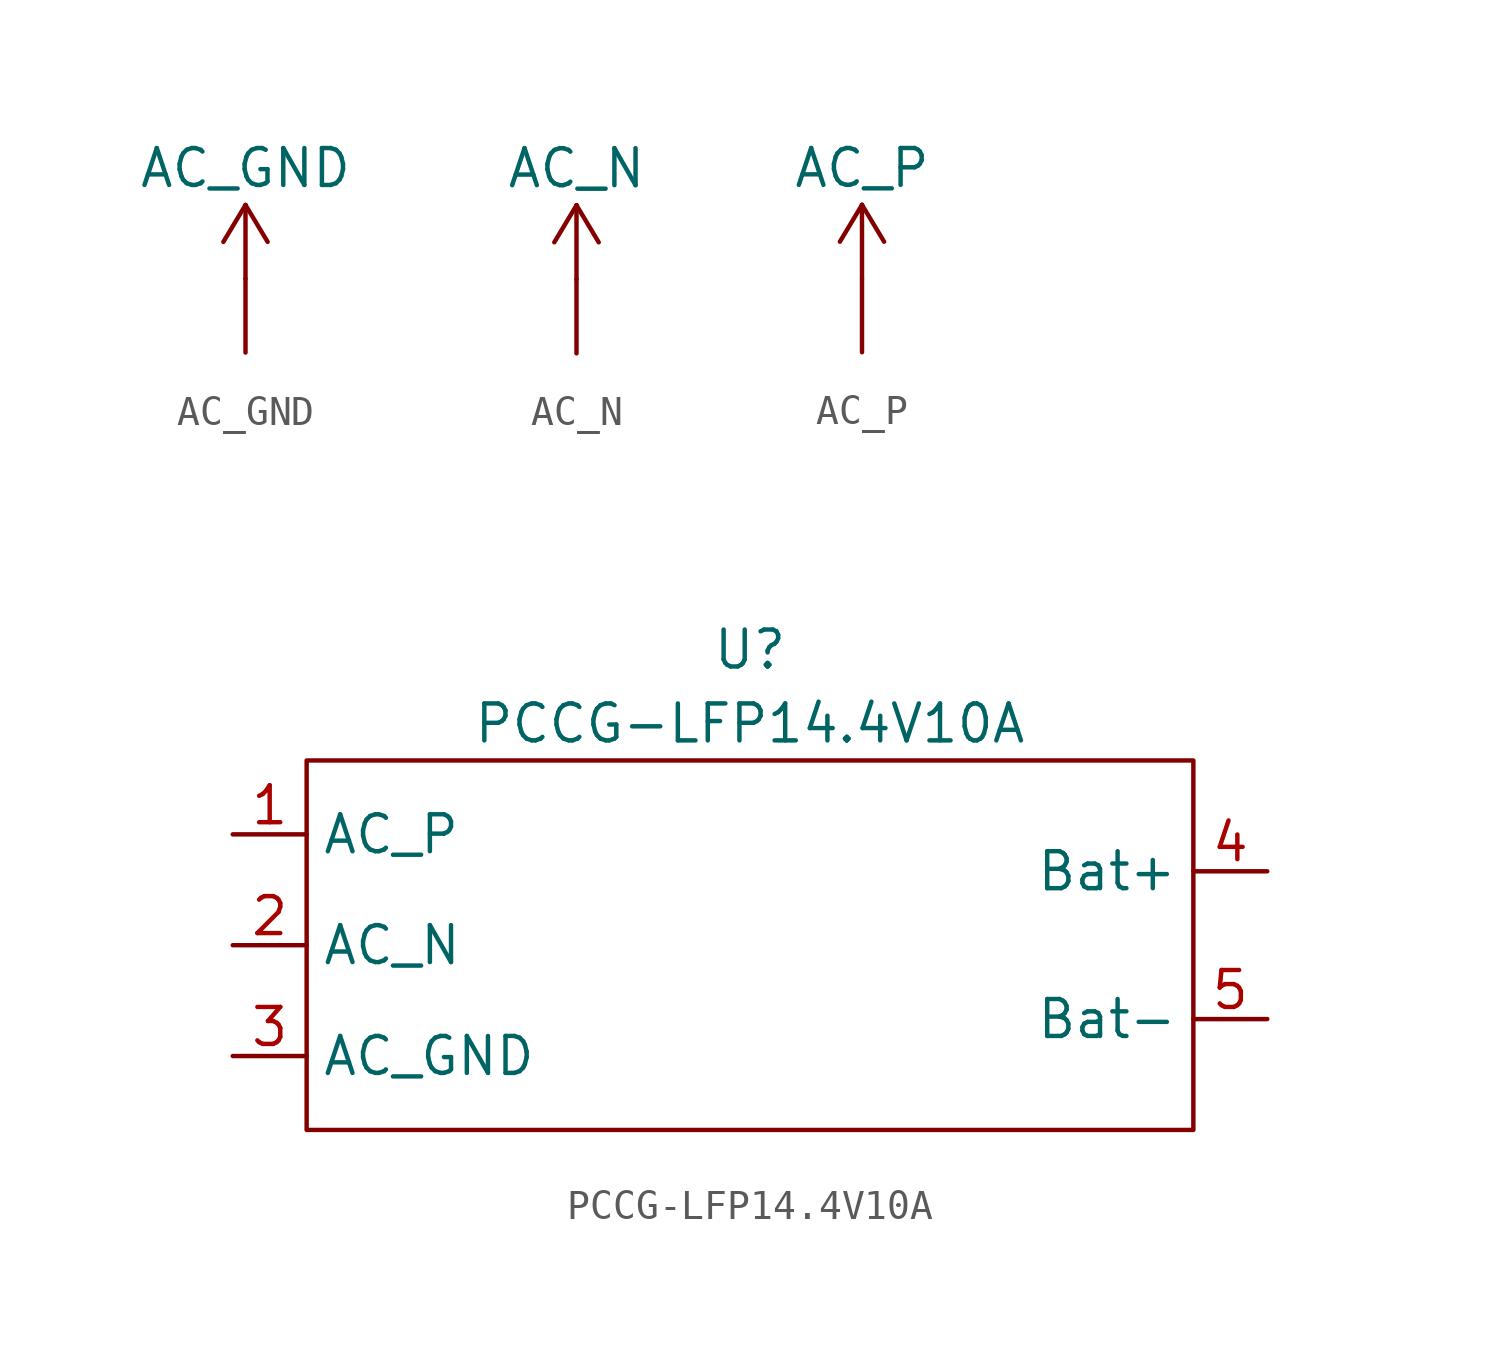
<source format=kicad_sym>
(kicad_symbol_lib
  (version 20220914)
  (generator kicad_symbol_editor)
  (symbol "AC_GND"
    (property "Reference" "J"
      (at 1.27 -1.27 0)
      (effects (font (size 1.27 1.27)) hide))
    (property "Value" "AC_GND"
      (at 0 3.81 0)
      (effects (font (size 1.27 1.27))))
    (symbol "AC_GND_0_1"
      (polyline (pts (xy -0.762 1.27) (xy 0 2.54)) (stroke (width 0) (type default)) (fill (type none)))
      (polyline (pts (xy 0 0) (xy 0 2.54)) (stroke (width 0) (type default)) (fill (type none)))
      (polyline (pts (xy 0 2.54) (xy 0.762 1.27)) (stroke (width 0) (type default)) (fill (type none))))
    (symbol "AC_GND_1_1"
      (pin bidirectional line (at 0 -2.54 90) (length 2.54) (name "" (effects (font (size 1.27 1.27)))) (number "" (effects (font (size 1.27 1.27)))))))
  (symbol "AC_N"
    (property "Reference" "J"
      (at 2.54 -2.54 0)
      (effects (font (size 1.27 1.27)) hide))
    (property "Value" "AC_N"
      (at 0 3.81 0)
      (effects (font (size 1.27 1.27))))
    (symbol "AC_N_0_1"
      (polyline (pts (xy -0.762 1.27) (xy 0 2.54)) (stroke (width 0) (type default)) (fill (type none)))
      (polyline (pts (xy 0 0) (xy 0 2.54)) (stroke (width 0) (type default)) (fill (type none)))
      (polyline (pts (xy 0 2.54) (xy 0.762 1.27)) (stroke (width 0) (type default)) (fill (type none))))
    (symbol "AC_N_1_1"
      (pin bidirectional line (at 0 -2.54 90) (length 2.54) (name "" (effects (font (size 1.27 1.27)))) (number "" (effects (font (size 1.27 1.27)))))))
  (symbol "AC_P"
    (property "Reference" "J"
      (at 1.27 -1.27 0)
      (effects (font (size 1.27 1.27)) hide))
    (property "Value" "AC_P"
      (at 0 3.81 0)
      (effects (font (size 1.27 1.27))))
    (symbol "AC_P_0_1"
      (polyline (pts (xy -0.762 1.27) (xy 0 2.54)) (stroke (width 0) (type default)) (fill (type none)))
      (polyline (pts (xy 0 0) (xy 0 2.54)) (stroke (width 0) (type default)) (fill (type none)))
      (polyline (pts (xy 0 2.54) (xy 0.762 1.27)) (stroke (width 0) (type default)) (fill (type none))))
    (symbol "AC_P_1_1"
      (pin bidirectional line (at 0 -2.54 90) (length 2.54) (name "" (effects (font (size 1.27 1.27)))) (number "" (effects (font (size 1.27 1.27)))))))
  (symbol "PCCG-LFP14.4V10A"
    (property "Reference" "U"
      (at 0 7.62 0)
      (effects (font (size 1.27 1.27))))
    (property "Value" "PCCG-LFP14.4V10A"
      (at 0 5.08 0)
      (effects (font (size 1.27 1.27))))
    (symbol "PCCG-LFP14.4V10A_0_1"
      (rectangle (start -15.24 3.81) (end 15.24 -8.89) (stroke (width 0) (type default)) (fill (type none))))
    (symbol "PCCG-LFP14.4V10A_1_1"
      (pin bidirectional line (at -17.78 1.27 0) (length 2.54) (name "AC_P" (effects (font (size 1.27 1.27)))) (number "1" (effects (font (size 1.27 1.27)))))
      (pin bidirectional line (at -17.78 -2.54 0) (length 2.54) (name "AC_N" (effects (font (size 1.27 1.27)))) (number "2" (effects (font (size 1.27 1.27)))))
      (pin bidirectional line (at -17.78 -6.35 0) (length 2.54) (name "AC_GND" (effects (font (size 1.27 1.27)))) (number "3" (effects (font (size 1.27 1.27)))))
      (pin bidirectional line (at 17.78 0 180) (length 2.54) (name "Bat+" (effects (font (size 1.27 1.27)))) (number "4" (effects (font (size 1.27 1.27)))))
      (pin bidirectional line (at 17.78 -5.08 180) (length 2.54) (name "Bat-" (effects (font (size 1.27 1.27)))) (number "5" (effects (font (size 1.27 1.27))))))))
</source>
